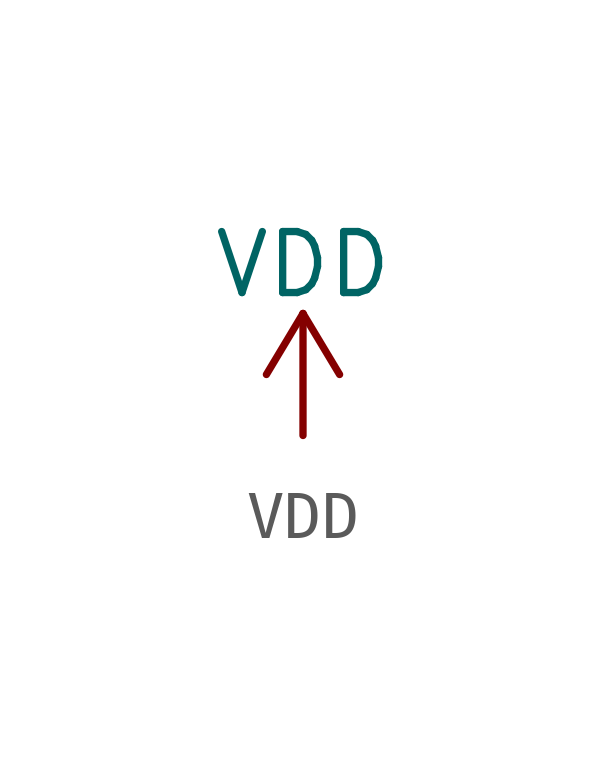
<source format=kicad_sym>
(kicad_symbol_lib
  (version 20211014)
  (generator kicad_symbol_editor)
  (symbol "VDD"
    (power)
    (pin_names
      (offset 0))
    (property "Reference" "#VDD"
      (at 0 -3.81 0)
      (effects (font (size 1.27 1.27)) hide))
    (property "Value" "VDD"
      (at 0 3.556 0)
      (effects (font (size 1.27 1.27))))
    (symbol "VDD_0_1"
      (polyline (pts (xy -0.762 1.27) (xy 0 2.54)) (stroke (width 0) (type default) (color 0 0 0 0)) (fill (type none)))
      (polyline (pts (xy 0 0) (xy 0 2.54)) (stroke (width 0) (type default) (color 0 0 0 0)) (fill (type none)))
      (polyline (pts (xy 0 2.54) (xy 0.762 1.27)) (stroke (width 0) (type default) (color 0 0 0 0)) (fill (type none))))
    (symbol "VDD_1_1"
      (pin power_in line (at 0 0 90) (length 0) hide (name "1.1V" (effects (font (size 1.27 1.27)))) (number "1" (effects (font (size 1.27 1.27))))))))
</source>
